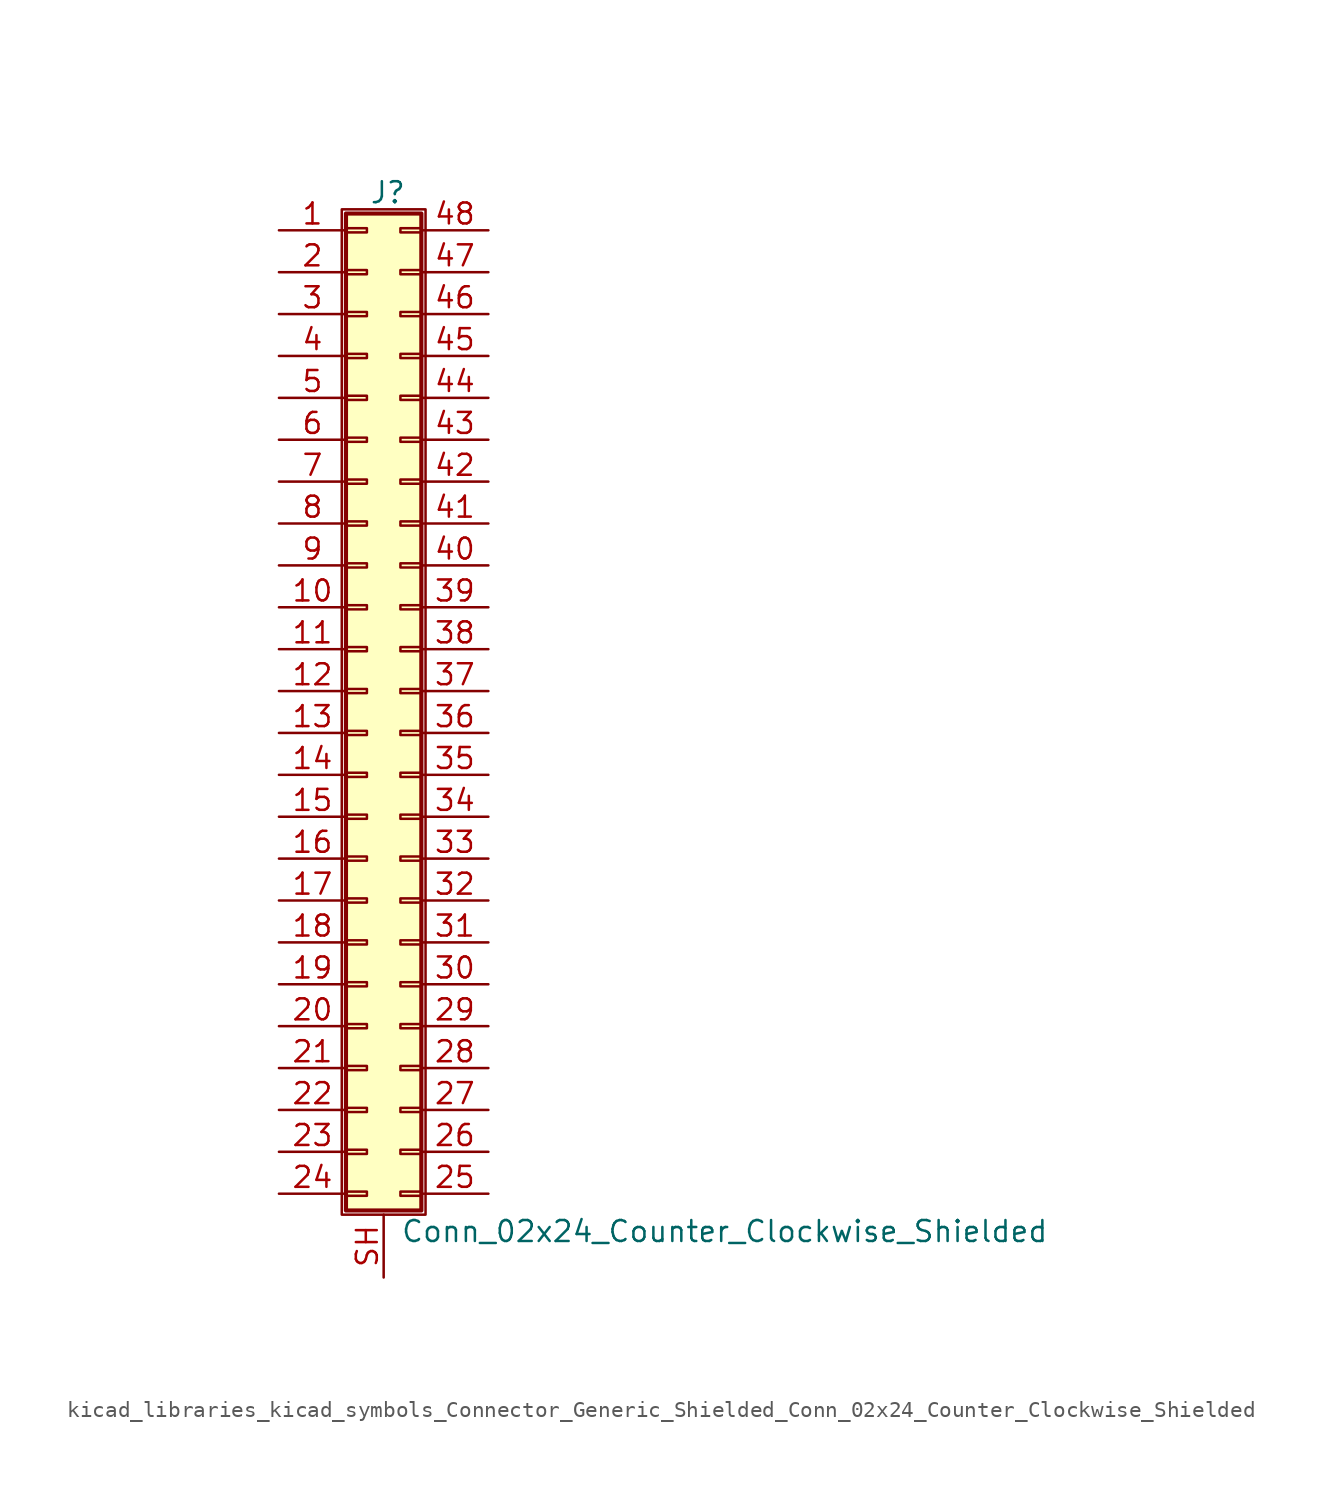
<source format=kicad_sym>
(kicad_symbol_lib
  (version 20220914)
  (generator kicad_symbol_editor)
  (symbol "kicad_libraries_kicad_symbols_Connector_Generic_Shielded_Conn_02x24_Counter_Clockwise_Shielded"
    (pin_names
      (offset 1.016) hide)
    (property "Reference" "J"
      (at 1.524 30.226 0)
      (effects (font (size 1.27 1.27))))
    (property "Value" "Conn_02x24_Counter_Clockwise_Shielded"
      (at 2.286 -32.766 0)
      (effects (font (size 1.27 1.27)) (justify left)))
    (symbol "kicad_libraries_kicad_symbols_Connector_Generic_Shielded_Conn_02x24_Counter_Clockwise_Shielded_1_1"
      (rectangle (start -1.27 29.21) (end 3.81 -31.75) (stroke (width 0.152) (type default)) (fill (type none)))
      (rectangle (start -1.016 -30.353) (end 0.254 -30.607) (stroke (width 0.152) (type default)) (fill (type none)))
      (rectangle (start -1.016 -27.813) (end 0.254 -28.067) (stroke (width 0.152) (type default)) (fill (type none)))
      (rectangle (start -1.016 -25.273) (end 0.254 -25.527) (stroke (width 0.152) (type default)) (fill (type none)))
      (rectangle (start -1.016 -22.733) (end 0.254 -22.987) (stroke (width 0.152) (type default)) (fill (type none)))
      (rectangle (start -1.016 -20.193) (end 0.254 -20.447) (stroke (width 0.152) (type default)) (fill (type none)))
      (rectangle (start -1.016 -17.653) (end 0.254 -17.907) (stroke (width 0.152) (type default)) (fill (type none)))
      (rectangle (start -1.016 -15.113) (end 0.254 -15.367) (stroke (width 0.152) (type default)) (fill (type none)))
      (rectangle (start -1.016 -12.573) (end 0.254 -12.827) (stroke (width 0.152) (type default)) (fill (type none)))
      (rectangle (start -1.016 -10.033) (end 0.254 -10.287) (stroke (width 0.152) (type default)) (fill (type none)))
      (rectangle (start -1.016 -7.493) (end 0.254 -7.747) (stroke (width 0.152) (type default)) (fill (type none)))
      (rectangle (start -1.016 -4.953) (end 0.254 -5.207) (stroke (width 0.152) (type default)) (fill (type none)))
      (rectangle (start -1.016 -2.413) (end 0.254 -2.667) (stroke (width 0.152) (type default)) (fill (type none)))
      (rectangle (start -1.016 0.127) (end 0.254 -0.127) (stroke (width 0.152) (type default)) (fill (type none)))
      (rectangle (start -1.016 2.667) (end 0.254 2.413) (stroke (width 0.152) (type default)) (fill (type none)))
      (rectangle (start -1.016 5.207) (end 0.254 4.953) (stroke (width 0.152) (type default)) (fill (type none)))
      (rectangle (start -1.016 7.747) (end 0.254 7.493) (stroke (width 0.152) (type default)) (fill (type none)))
      (rectangle (start -1.016 10.287) (end 0.254 10.033) (stroke (width 0.152) (type default)) (fill (type none)))
      (rectangle (start -1.016 12.827) (end 0.254 12.573) (stroke (width 0.152) (type default)) (fill (type none)))
      (rectangle (start -1.016 15.367) (end 0.254 15.113) (stroke (width 0.152) (type default)) (fill (type none)))
      (rectangle (start -1.016 17.907) (end 0.254 17.653) (stroke (width 0.152) (type default)) (fill (type none)))
      (rectangle (start -1.016 20.447) (end 0.254 20.193) (stroke (width 0.152) (type default)) (fill (type none)))
      (rectangle (start -1.016 22.987) (end 0.254 22.733) (stroke (width 0.152) (type default)) (fill (type none)))
      (rectangle (start -1.016 25.527) (end 0.254 25.273) (stroke (width 0.152) (type default)) (fill (type none)))
      (rectangle (start -1.016 28.067) (end 0.254 27.813) (stroke (width 0.152) (type default)) (fill (type none)))
      (rectangle (start -1.016 28.956) (end 3.556 -31.496) (stroke (width 0.254) (type default)) (fill (type background)))
      (rectangle (start 3.556 -30.353) (end 2.286 -30.607) (stroke (width 0.152) (type default)) (fill (type none)))
      (rectangle (start 3.556 -27.813) (end 2.286 -28.067) (stroke (width 0.152) (type default)) (fill (type none)))
      (rectangle (start 3.556 -25.273) (end 2.286 -25.527) (stroke (width 0.152) (type default)) (fill (type none)))
      (rectangle (start 3.556 -22.733) (end 2.286 -22.987) (stroke (width 0.152) (type default)) (fill (type none)))
      (rectangle (start 3.556 -20.193) (end 2.286 -20.447) (stroke (width 0.152) (type default)) (fill (type none)))
      (rectangle (start 3.556 -17.653) (end 2.286 -17.907) (stroke (width 0.152) (type default)) (fill (type none)))
      (rectangle (start 3.556 -15.113) (end 2.286 -15.367) (stroke (width 0.152) (type default)) (fill (type none)))
      (rectangle (start 3.556 -12.573) (end 2.286 -12.827) (stroke (width 0.152) (type default)) (fill (type none)))
      (rectangle (start 3.556 -10.033) (end 2.286 -10.287) (stroke (width 0.152) (type default)) (fill (type none)))
      (rectangle (start 3.556 -7.493) (end 2.286 -7.747) (stroke (width 0.152) (type default)) (fill (type none)))
      (rectangle (start 3.556 -4.953) (end 2.286 -5.207) (stroke (width 0.152) (type default)) (fill (type none)))
      (rectangle (start 3.556 -2.413) (end 2.286 -2.667) (stroke (width 0.152) (type default)) (fill (type none)))
      (rectangle (start 3.556 0.127) (end 2.286 -0.127) (stroke (width 0.152) (type default)) (fill (type none)))
      (rectangle (start 3.556 2.667) (end 2.286 2.413) (stroke (width 0.152) (type default)) (fill (type none)))
      (rectangle (start 3.556 5.207) (end 2.286 4.953) (stroke (width 0.152) (type default)) (fill (type none)))
      (rectangle (start 3.556 7.747) (end 2.286 7.493) (stroke (width 0.152) (type default)) (fill (type none)))
      (rectangle (start 3.556 10.287) (end 2.286 10.033) (stroke (width 0.152) (type default)) (fill (type none)))
      (rectangle (start 3.556 12.827) (end 2.286 12.573) (stroke (width 0.152) (type default)) (fill (type none)))
      (rectangle (start 3.556 15.367) (end 2.286 15.113) (stroke (width 0.152) (type default)) (fill (type none)))
      (rectangle (start 3.556 17.907) (end 2.286 17.653) (stroke (width 0.152) (type default)) (fill (type none)))
      (rectangle (start 3.556 20.447) (end 2.286 20.193) (stroke (width 0.152) (type default)) (fill (type none)))
      (rectangle (start 3.556 22.987) (end 2.286 22.733) (stroke (width 0.152) (type default)) (fill (type none)))
      (rectangle (start 3.556 25.527) (end 2.286 25.273) (stroke (width 0.152) (type default)) (fill (type none)))
      (rectangle (start 3.556 28.067) (end 2.286 27.813) (stroke (width 0.152) (type default)) (fill (type none)))
      (pin passive line (at -5.08 27.94 0) (length 4.064) (name "Pin_1" (effects (font (size 1.27 1.27)))) (number "1" (effects (font (size 1.27 1.27)))))
      (pin passive line (at -5.08 5.08 0) (length 4.064) (name "Pin_10" (effects (font (size 1.27 1.27)))) (number "10" (effects (font (size 1.27 1.27)))))
      (pin passive line (at -5.08 2.54 0) (length 4.064) (name "Pin_11" (effects (font (size 1.27 1.27)))) (number "11" (effects (font (size 1.27 1.27)))))
      (pin passive line (at -5.08 0 0) (length 4.064) (name "Pin_12" (effects (font (size 1.27 1.27)))) (number "12" (effects (font (size 1.27 1.27)))))
      (pin passive line (at -5.08 -2.54 0) (length 4.064) (name "Pin_13" (effects (font (size 1.27 1.27)))) (number "13" (effects (font (size 1.27 1.27)))))
      (pin passive line (at -5.08 -5.08 0) (length 4.064) (name "Pin_14" (effects (font (size 1.27 1.27)))) (number "14" (effects (font (size 1.27 1.27)))))
      (pin passive line (at -5.08 -7.62 0) (length 4.064) (name "Pin_15" (effects (font (size 1.27 1.27)))) (number "15" (effects (font (size 1.27 1.27)))))
      (pin passive line (at -5.08 -10.16 0) (length 4.064) (name "Pin_16" (effects (font (size 1.27 1.27)))) (number "16" (effects (font (size 1.27 1.27)))))
      (pin passive line (at -5.08 -12.7 0) (length 4.064) (name "Pin_17" (effects (font (size 1.27 1.27)))) (number "17" (effects (font (size 1.27 1.27)))))
      (pin passive line (at -5.08 -15.24 0) (length 4.064) (name "Pin_18" (effects (font (size 1.27 1.27)))) (number "18" (effects (font (size 1.27 1.27)))))
      (pin passive line (at -5.08 -17.78 0) (length 4.064) (name "Pin_19" (effects (font (size 1.27 1.27)))) (number "19" (effects (font (size 1.27 1.27)))))
      (pin passive line (at -5.08 25.4 0) (length 4.064) (name "Pin_2" (effects (font (size 1.27 1.27)))) (number "2" (effects (font (size 1.27 1.27)))))
      (pin passive line (at -5.08 -20.32 0) (length 4.064) (name "Pin_20" (effects (font (size 1.27 1.27)))) (number "20" (effects (font (size 1.27 1.27)))))
      (pin passive line (at -5.08 -22.86 0) (length 4.064) (name "Pin_21" (effects (font (size 1.27 1.27)))) (number "21" (effects (font (size 1.27 1.27)))))
      (pin passive line (at -5.08 -25.4 0) (length 4.064) (name "Pin_22" (effects (font (size 1.27 1.27)))) (number "22" (effects (font (size 1.27 1.27)))))
      (pin passive line (at -5.08 -27.94 0) (length 4.064) (name "Pin_23" (effects (font (size 1.27 1.27)))) (number "23" (effects (font (size 1.27 1.27)))))
      (pin passive line (at -5.08 -30.48 0) (length 4.064) (name "Pin_24" (effects (font (size 1.27 1.27)))) (number "24" (effects (font (size 1.27 1.27)))))
      (pin passive line (at 7.62 -30.48 180) (length 4.064) (name "Pin_25" (effects (font (size 1.27 1.27)))) (number "25" (effects (font (size 1.27 1.27)))))
      (pin passive line (at 7.62 -27.94 180) (length 4.064) (name "Pin_26" (effects (font (size 1.27 1.27)))) (number "26" (effects (font (size 1.27 1.27)))))
      (pin passive line (at 7.62 -25.4 180) (length 4.064) (name "Pin_27" (effects (font (size 1.27 1.27)))) (number "27" (effects (font (size 1.27 1.27)))))
      (pin passive line (at 7.62 -22.86 180) (length 4.064) (name "Pin_28" (effects (font (size 1.27 1.27)))) (number "28" (effects (font (size 1.27 1.27)))))
      (pin passive line (at 7.62 -20.32 180) (length 4.064) (name "Pin_29" (effects (font (size 1.27 1.27)))) (number "29" (effects (font (size 1.27 1.27)))))
      (pin passive line (at -5.08 22.86 0) (length 4.064) (name "Pin_3" (effects (font (size 1.27 1.27)))) (number "3" (effects (font (size 1.27 1.27)))))
      (pin passive line (at 7.62 -17.78 180) (length 4.064) (name "Pin_30" (effects (font (size 1.27 1.27)))) (number "30" (effects (font (size 1.27 1.27)))))
      (pin passive line (at 7.62 -15.24 180) (length 4.064) (name "Pin_31" (effects (font (size 1.27 1.27)))) (number "31" (effects (font (size 1.27 1.27)))))
      (pin passive line (at 7.62 -12.7 180) (length 4.064) (name "Pin_32" (effects (font (size 1.27 1.27)))) (number "32" (effects (font (size 1.27 1.27)))))
      (pin passive line (at 7.62 -10.16 180) (length 4.064) (name "Pin_33" (effects (font (size 1.27 1.27)))) (number "33" (effects (font (size 1.27 1.27)))))
      (pin passive line (at 7.62 -7.62 180) (length 4.064) (name "Pin_34" (effects (font (size 1.27 1.27)))) (number "34" (effects (font (size 1.27 1.27)))))
      (pin passive line (at 7.62 -5.08 180) (length 4.064) (name "Pin_35" (effects (font (size 1.27 1.27)))) (number "35" (effects (font (size 1.27 1.27)))))
      (pin passive line (at 7.62 -2.54 180) (length 4.064) (name "Pin_36" (effects (font (size 1.27 1.27)))) (number "36" (effects (font (size 1.27 1.27)))))
      (pin passive line (at 7.62 0 180) (length 4.064) (name "Pin_37" (effects (font (size 1.27 1.27)))) (number "37" (effects (font (size 1.27 1.27)))))
      (pin passive line (at 7.62 2.54 180) (length 4.064) (name "Pin_38" (effects (font (size 1.27 1.27)))) (number "38" (effects (font (size 1.27 1.27)))))
      (pin passive line (at 7.62 5.08 180) (length 4.064) (name "Pin_39" (effects (font (size 1.27 1.27)))) (number "39" (effects (font (size 1.27 1.27)))))
      (pin passive line (at -5.08 20.32 0) (length 4.064) (name "Pin_4" (effects (font (size 1.27 1.27)))) (number "4" (effects (font (size 1.27 1.27)))))
      (pin passive line (at 7.62 7.62 180) (length 4.064) (name "Pin_40" (effects (font (size 1.27 1.27)))) (number "40" (effects (font (size 1.27 1.27)))))
      (pin passive line (at 7.62 10.16 180) (length 4.064) (name "Pin_41" (effects (font (size 1.27 1.27)))) (number "41" (effects (font (size 1.27 1.27)))))
      (pin passive line (at 7.62 12.7 180) (length 4.064) (name "Pin_42" (effects (font (size 1.27 1.27)))) (number "42" (effects (font (size 1.27 1.27)))))
      (pin passive line (at 7.62 15.24 180) (length 4.064) (name "Pin_43" (effects (font (size 1.27 1.27)))) (number "43" (effects (font (size 1.27 1.27)))))
      (pin passive line (at 7.62 17.78 180) (length 4.064) (name "Pin_44" (effects (font (size 1.27 1.27)))) (number "44" (effects (font (size 1.27 1.27)))))
      (pin passive line (at 7.62 20.32 180) (length 4.064) (name "Pin_45" (effects (font (size 1.27 1.27)))) (number "45" (effects (font (size 1.27 1.27)))))
      (pin passive line (at 7.62 22.86 180) (length 4.064) (name "Pin_46" (effects (font (size 1.27 1.27)))) (number "46" (effects (font (size 1.27 1.27)))))
      (pin passive line (at 7.62 25.4 180) (length 4.064) (name "Pin_47" (effects (font (size 1.27 1.27)))) (number "47" (effects (font (size 1.27 1.27)))))
      (pin passive line (at 7.62 27.94 180) (length 4.064) (name "Pin_48" (effects (font (size 1.27 1.27)))) (number "48" (effects (font (size 1.27 1.27)))))
      (pin passive line (at -5.08 17.78 0) (length 4.064) (name "Pin_5" (effects (font (size 1.27 1.27)))) (number "5" (effects (font (size 1.27 1.27)))))
      (pin passive line (at -5.08 15.24 0) (length 4.064) (name "Pin_6" (effects (font (size 1.27 1.27)))) (number "6" (effects (font (size 1.27 1.27)))))
      (pin passive line (at -5.08 12.7 0) (length 4.064) (name "Pin_7" (effects (font (size 1.27 1.27)))) (number "7" (effects (font (size 1.27 1.27)))))
      (pin passive line (at -5.08 10.16 0) (length 4.064) (name "Pin_8" (effects (font (size 1.27 1.27)))) (number "8" (effects (font (size 1.27 1.27)))))
      (pin passive line (at -5.08 7.62 0) (length 4.064) (name "Pin_9" (effects (font (size 1.27 1.27)))) (number "9" (effects (font (size 1.27 1.27)))))
      (pin passive line (at 1.27 -35.56 90) (length 3.81) (name "Shield" (effects (font (size 1.27 1.27)))) (number "SH" (effects (font (size 1.27 1.27))))))))
</source>
